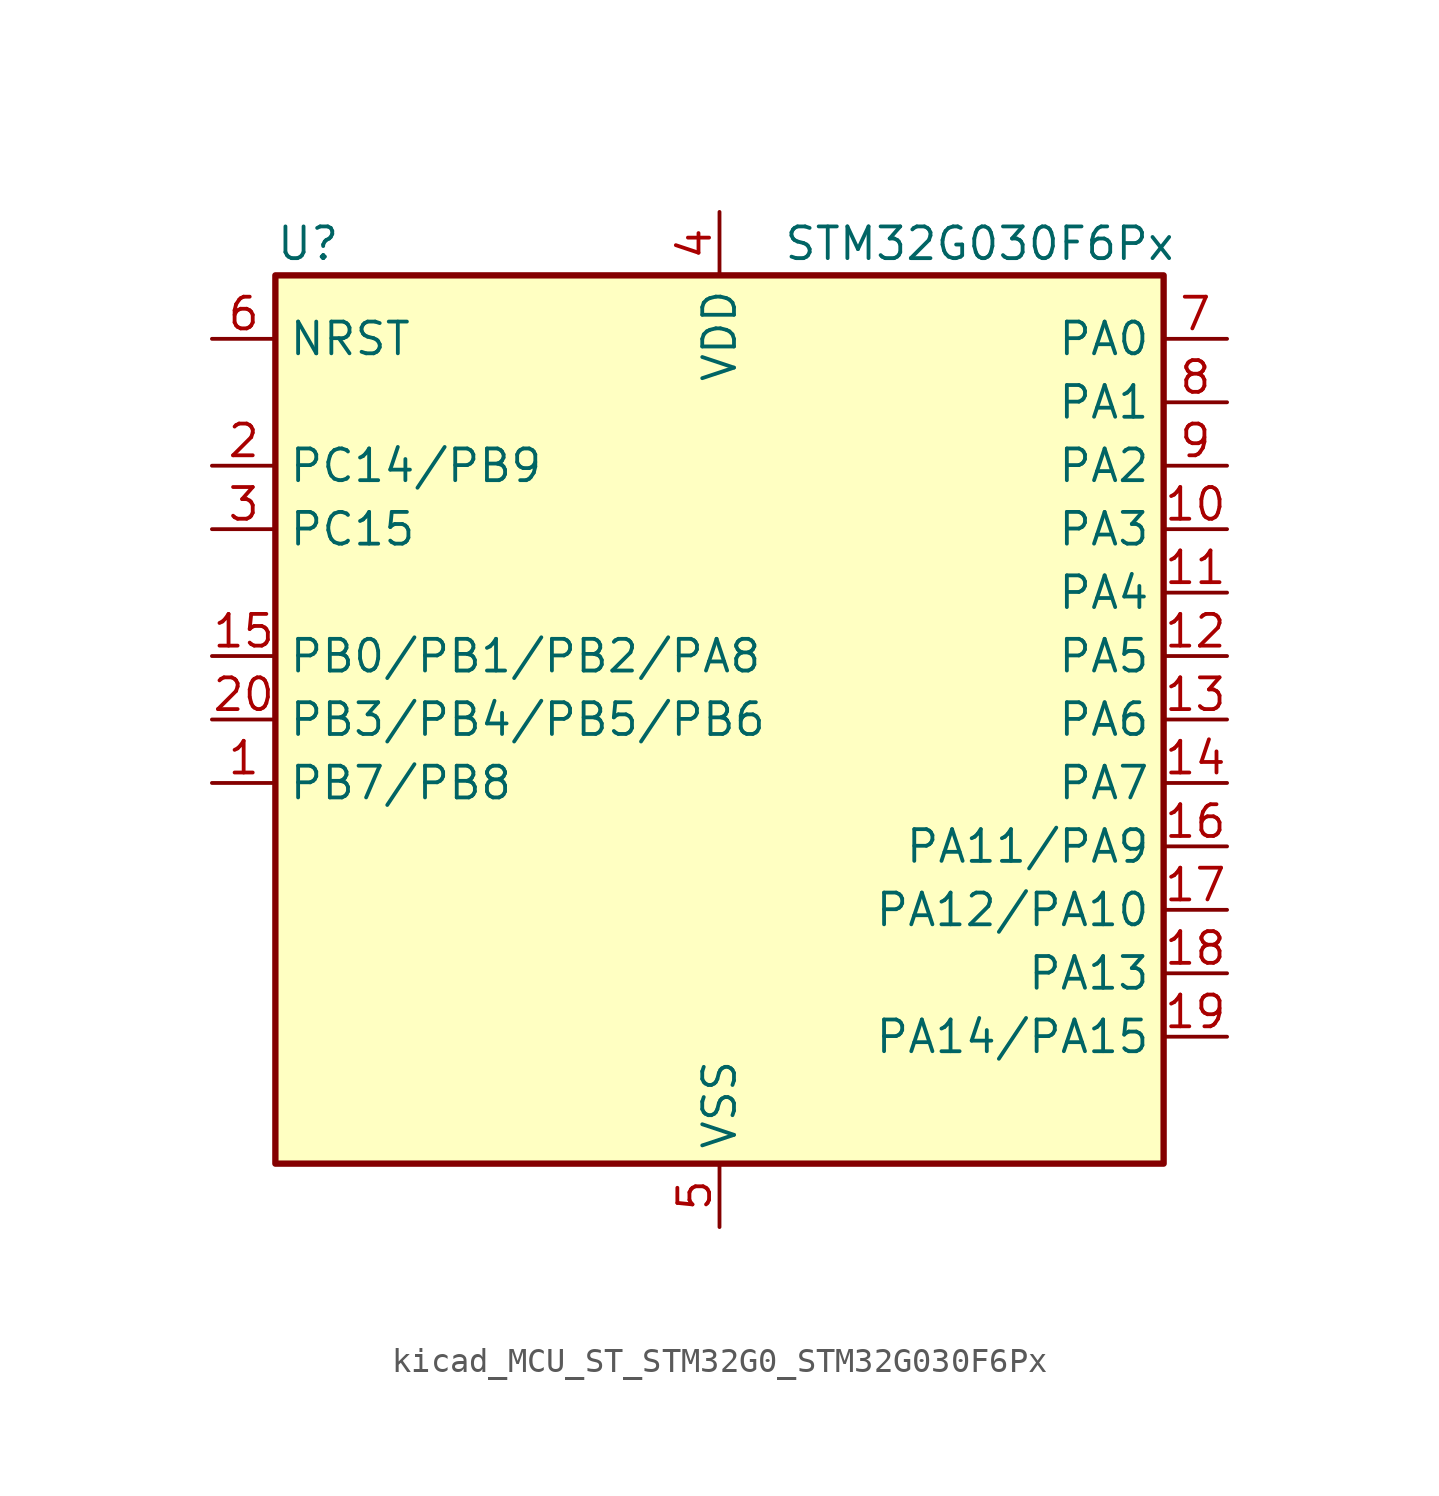
<source format=kicad_sym>
(kicad_symbol_lib
  (version 20220914)
  (generator kicad_symbol_editor)
  (symbol "kicad_MCU_ST_STM32G0_STM32G030F6Px"
    (property "Reference" "U"
      (at -17.78 19.05 0)
      (effects (font (size 1.27 1.27)) (justify left)))
    (property "Value" "STM32G030F6Px"
      (at 2.54 19.05 0)
      (effects (font (size 1.27 1.27)) (justify left)))
    (property "ki_locked" ""
      (at 0 0 0)
      (effects (font (size 1.27 1.27))))
    (symbol "kicad_MCU_ST_STM32G0_STM32G030F6Px_0_1"
      (rectangle (start -17.78 -17.78) (end 17.78 17.78) (stroke (width 0.254) (type default)) (fill (type background))))
    (symbol "kicad_MCU_ST_STM32G0_STM32G030F6Px_1_1"
      (pin bidirectional line (at -20.32 -2.54 0) (length 2.54) (name "PB7/PB8" (effects (font (size 1.27 1.27)))) (number "1" (effects (font (size 1.27 1.27)))) (alternate "ADC1_IN11" bidirectional line) (alternate "I2C1_SDA" bidirectional line) (alternate "SPI2_MOSI" bidirectional line) (alternate "SYS_PVD_IN" bidirectional line) (alternate "TIM17_CH1N" bidirectional line) (alternate "USART1_RX" bidirectional line))
      (pin bidirectional line (at 20.32 7.62 180) (length 2.54) (name "PA3" (effects (font (size 1.27 1.27)))) (number "10" (effects (font (size 1.27 1.27)))) (alternate "ADC1_IN3" bidirectional line) (alternate "SPI2_MISO" bidirectional line) (alternate "USART2_RX" bidirectional line))
      (pin bidirectional line (at 20.32 5.08 180) (length 2.54) (name "PA4" (effects (font (size 1.27 1.27)))) (number "11" (effects (font (size 1.27 1.27)))) (alternate "ADC1_IN4" bidirectional line) (alternate "I2S1_WS" bidirectional line) (alternate "RTC_OUT_ALARM" bidirectional line) (alternate "RTC_OUT_CALIB" bidirectional line) (alternate "RTC_TAMP_IN1" bidirectional line) (alternate "RTC_TS" bidirectional line) (alternate "SPI1_NSS" bidirectional line) (alternate "SPI2_MOSI" bidirectional line) (alternate "SYS_WKUP2" bidirectional line) (alternate "TIM14_CH1" bidirectional line))
      (pin bidirectional line (at 20.32 2.54 180) (length 2.54) (name "PA5" (effects (font (size 1.27 1.27)))) (number "12" (effects (font (size 1.27 1.27)))) (alternate "ADC1_IN5" bidirectional line) (alternate "I2S1_CK" bidirectional line) (alternate "SPI1_SCK" bidirectional line))
      (pin bidirectional line (at 20.32 0 180) (length 2.54) (name "PA6" (effects (font (size 1.27 1.27)))) (number "13" (effects (font (size 1.27 1.27)))) (alternate "ADC1_IN6" bidirectional line) (alternate "I2S1_MCK" bidirectional line) (alternate "SPI1_MISO" bidirectional line) (alternate "TIM16_CH1" bidirectional line) (alternate "TIM1_BK" bidirectional line) (alternate "TIM3_CH1" bidirectional line))
      (pin bidirectional line (at 20.32 -2.54 180) (length 2.54) (name "PA7" (effects (font (size 1.27 1.27)))) (number "14" (effects (font (size 1.27 1.27)))) (alternate "ADC1_IN7" bidirectional line) (alternate "I2S1_SD" bidirectional line) (alternate "SPI1_MOSI" bidirectional line) (alternate "TIM14_CH1" bidirectional line) (alternate "TIM17_CH1" bidirectional line) (alternate "TIM1_CH1N" bidirectional line) (alternate "TIM3_CH2" bidirectional line))
      (pin bidirectional line (at -20.32 2.54 0) (length 2.54) (name "PB0/PB1/PB2/PA8" (effects (font (size 1.27 1.27)))) (number "15" (effects (font (size 1.27 1.27)))) (alternate "ADC1_IN8" bidirectional line) (alternate "I2S1_WS" bidirectional line) (alternate "SPI1_NSS" bidirectional line) (alternate "TIM1_CH2N" bidirectional line) (alternate "TIM3_CH3" bidirectional line))
      (pin bidirectional line (at 20.32 -5.08 180) (length 2.54) (name "PA11/PA9" (effects (font (size 1.27 1.27)))) (number "16" (effects (font (size 1.27 1.27)))) (alternate "ADC1_EXTI11" bidirectional line) (alternate "ADC1_IN15" bidirectional line) (alternate "I2C2_SCL" bidirectional line) (alternate "I2S1_MCK" bidirectional line) (alternate "SPI1_MISO" bidirectional line) (alternate "TIM1_BK2" bidirectional line) (alternate "TIM1_CH4" bidirectional line) (alternate "USART1_CTS" bidirectional line) (alternate "USART1_NSS" bidirectional line))
      (pin bidirectional line (at 20.32 -7.62 180) (length 2.54) (name "PA12/PA10" (effects (font (size 1.27 1.27)))) (number "17" (effects (font (size 1.27 1.27)))) (alternate "ADC1_IN16" bidirectional line) (alternate "I2C2_SDA" bidirectional line) (alternate "I2S1_SD" bidirectional line) (alternate "I2S_CKIN" bidirectional line) (alternate "SPI1_MOSI" bidirectional line) (alternate "TIM1_ETR" bidirectional line) (alternate "USART1_CK" bidirectional line) (alternate "USART1_DE" bidirectional line) (alternate "USART1_RTS" bidirectional line))
      (pin bidirectional line (at 20.32 -10.16 180) (length 2.54) (name "PA13" (effects (font (size 1.27 1.27)))) (number "18" (effects (font (size 1.27 1.27)))) (alternate "ADC1_IN17" bidirectional line) (alternate "IR_OUT" bidirectional line) (alternate "SYS_SWDIO" bidirectional line))
      (pin bidirectional line (at 20.32 -12.7 180) (length 2.54) (name "PA14/PA15" (effects (font (size 1.27 1.27)))) (number "19" (effects (font (size 1.27 1.27)))) (alternate "ADC1_IN18" bidirectional line) (alternate "SYS_SWCLK" bidirectional line) (alternate "USART2_TX" bidirectional line))
      (pin bidirectional line (at -20.32 10.16 0) (length 2.54) (name "PC14/PB9" (effects (font (size 1.27 1.27)))) (number "2" (effects (font (size 1.27 1.27)))) (alternate "RCC_OSC32_IN" bidirectional line) (alternate "RCC_OSC_IN" bidirectional line) (alternate "TIM1_BK2" bidirectional line))
      (pin bidirectional line (at -20.32 0 0) (length 2.54) (name "PB3/PB4/PB5/PB6" (effects (font (size 1.27 1.27)))) (number "20" (effects (font (size 1.27 1.27)))) (alternate "I2S1_CK" bidirectional line) (alternate "SPI1_SCK" bidirectional line) (alternate "TIM1_CH2" bidirectional line) (alternate "USART1_CK" bidirectional line) (alternate "USART1_DE" bidirectional line) (alternate "USART1_RTS" bidirectional line))
      (pin bidirectional line (at -20.32 7.62 0) (length 2.54) (name "PC15" (effects (font (size 1.27 1.27)))) (number "3" (effects (font (size 1.27 1.27)))) (alternate "RCC_OSC32_EN" bidirectional line) (alternate "RCC_OSC32_OUT" bidirectional line) (alternate "RCC_OSC_EN" bidirectional line))
      (pin power_in line (at 0 20.32 270) (length 2.54) (name "VDD" (effects (font (size 1.27 1.27)))) (number "4" (effects (font (size 1.27 1.27)))))
      (pin power_in line (at 0 -20.32 90) (length 2.54) (name "VSS" (effects (font (size 1.27 1.27)))) (number "5" (effects (font (size 1.27 1.27)))))
      (pin input line (at -20.32 15.24 0) (length 2.54) (name "NRST" (effects (font (size 1.27 1.27)))) (number "6" (effects (font (size 1.27 1.27)))))
      (pin bidirectional line (at 20.32 15.24 180) (length 2.54) (name "PA0" (effects (font (size 1.27 1.27)))) (number "7" (effects (font (size 1.27 1.27)))) (alternate "ADC1_IN0" bidirectional line) (alternate "RTC_TAMP_IN2" bidirectional line) (alternate "SPI2_SCK" bidirectional line) (alternate "SYS_WKUP1" bidirectional line) (alternate "USART2_CTS" bidirectional line) (alternate "USART2_NSS" bidirectional line))
      (pin bidirectional line (at 20.32 12.7 180) (length 2.54) (name "PA1" (effects (font (size 1.27 1.27)))) (number "8" (effects (font (size 1.27 1.27)))) (alternate "ADC1_IN1" bidirectional line) (alternate "I2C1_SMBA" bidirectional line) (alternate "I2S1_CK" bidirectional line) (alternate "SPI1_SCK" bidirectional line) (alternate "USART2_CK" bidirectional line) (alternate "USART2_DE" bidirectional line) (alternate "USART2_RTS" bidirectional line))
      (pin bidirectional line (at 20.32 10.16 180) (length 2.54) (name "PA2" (effects (font (size 1.27 1.27)))) (number "9" (effects (font (size 1.27 1.27)))) (alternate "ADC1_IN2" bidirectional line) (alternate "I2S1_SD" bidirectional line) (alternate "RCC_LSCO" bidirectional line) (alternate "SPI1_MOSI" bidirectional line) (alternate "SYS_WKUP4" bidirectional line) (alternate "USART2_TX" bidirectional line)))))
</source>
